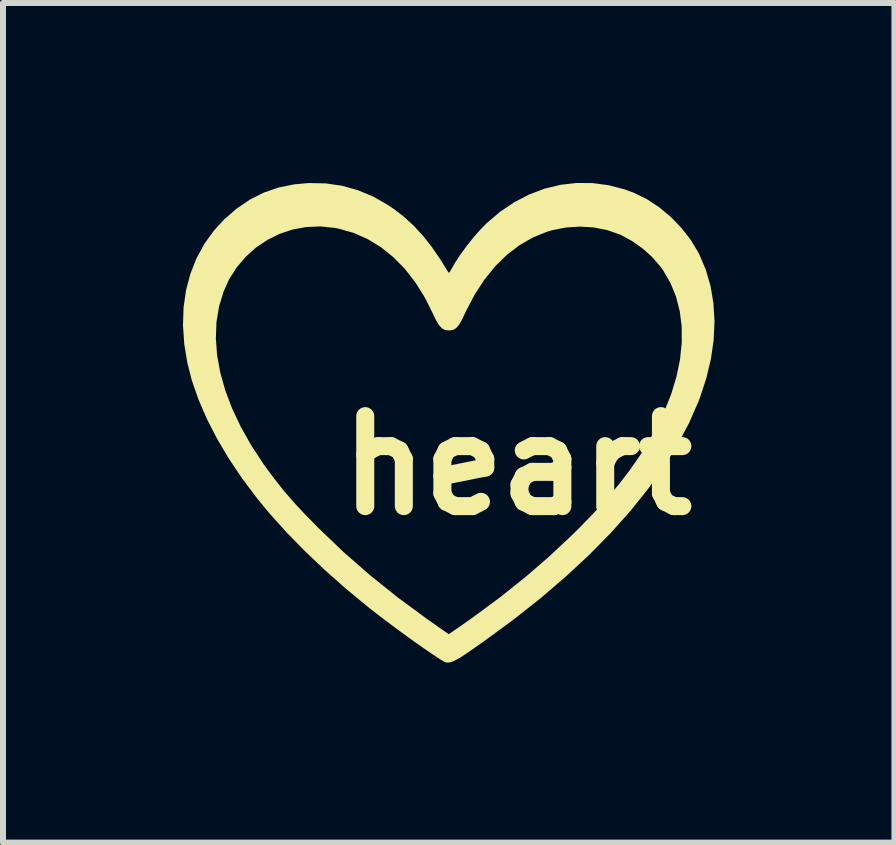
<source format=kicad_pcb>
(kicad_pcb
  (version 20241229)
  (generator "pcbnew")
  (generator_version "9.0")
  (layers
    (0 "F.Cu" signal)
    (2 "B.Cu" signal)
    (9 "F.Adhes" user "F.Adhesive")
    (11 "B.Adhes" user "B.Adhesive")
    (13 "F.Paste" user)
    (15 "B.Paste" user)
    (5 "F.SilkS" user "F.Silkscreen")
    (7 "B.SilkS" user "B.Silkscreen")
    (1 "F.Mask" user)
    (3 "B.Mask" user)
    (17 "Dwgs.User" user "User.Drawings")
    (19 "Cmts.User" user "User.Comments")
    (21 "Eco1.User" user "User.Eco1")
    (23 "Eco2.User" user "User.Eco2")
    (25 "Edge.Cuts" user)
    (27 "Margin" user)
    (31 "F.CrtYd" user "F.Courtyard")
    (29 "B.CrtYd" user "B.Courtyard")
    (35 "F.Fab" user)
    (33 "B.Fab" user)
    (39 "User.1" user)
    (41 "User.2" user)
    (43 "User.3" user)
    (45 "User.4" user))
  (footprint "heart"
    (layer "F.Cu")
    (at 5.574 4.708)
    (property "Reference" "heart" (at 0 0 0) (layer "F.SilkS") (effects (font (size 1.5 1.5) (thickness 0.3))))
    (attr board_only exclude_from_pos_files exclude_from_bom)
    (fp_poly (pts (xy 1.255 -4.706) (xy 1.525 -4.67) (xy 1.792 -4.6) (xy 1.941 -4.545) (xy 2.156 -4.44) (xy 2.363 -4.304) (xy 2.557 -4.142) (xy 2.734 -3.959) (xy 2.89 -3.759) (xy 3.017 -3.548) (xy 3.029 -3.525) (xy 3.14 -3.265) (xy 3.22 -2.991) (xy 3.268 -2.703) (xy 3.286 -2.403) (xy 3.272 -2.095) (xy 3.227 -1.778) (xy 3.15 -1.456) (xy 3.043 -1.129) (xy 3.021 -1.071) (xy 2.862 -0.708) (xy 2.668 -0.342) (xy 2.44 0.025) (xy 2.178 0.392) (xy 1.884 0.759) (xy 1.557 1.125) (xy 1.199 1.489) (xy 0.809 1.851) (xy 0.39 2.211) (xy -0.06 2.566) (xy -0.452 2.855) (xy -0.606 2.965) (xy -0.735 3.056) (xy -0.841 3.129) (xy -0.927 3.186) (xy -0.997 3.228) (xy -1.053 3.258) (xy -1.097 3.276) (xy -1.134 3.285) (xy -1.165 3.287) (xy -1.194 3.282) (xy -1.196 3.282) (xy -1.229 3.266) (xy -1.287 3.232) (xy -1.366 3.181) (xy -1.463 3.115) (xy -1.575 3.038) (xy -1.697 2.952) (xy -1.827 2.859) (xy -1.961 2.761) (xy -2.095 2.662) (xy -2.227 2.563) (xy -2.352 2.467) (xy -2.468 2.377) (xy -2.504 2.348) (xy -2.869 2.046) (xy -3.218 1.736) (xy -3.547 1.423) (xy -3.852 1.111) (xy -4.129 0.803) (xy -4.332 0.558) (xy -4.583 0.224) (xy -4.808 -0.111) (xy -5.006 -0.445) (xy -5.176 -0.776) (xy -5.317 -1.102) (xy -5.427 -1.42) (xy -5.5 -1.705) (xy -5.553 -2.024) (xy -5.559 -2.116) (xy -5.026 -2.116) (xy -5.005 -1.836) (xy -4.952 -1.547) (xy -4.869 -1.25) (xy -4.755 -0.949) (xy -4.61 -0.643) (xy -4.436 -0.334) (xy -4.232 -0.023) (xy -4.122 0.128) (xy -4.012 0.272) (xy -3.906 0.406) (xy -3.797 0.534) (xy -3.681 0.664) (xy -3.553 0.801) (xy -3.406 0.952) (xy -3.304 1.055) (xy -2.892 1.449) (xy -2.456 1.83) (xy -1.992 2.202) (xy -1.497 2.566) (xy -1.373 2.653) (xy -1.144 2.813) (xy -1.037 2.74) (xy -0.983 2.703) (xy -0.909 2.651) (xy -0.824 2.591) (xy -0.735 2.528) (xy -0.709 2.509) (xy -0.275 2.188) (xy 0.129 1.865) (xy 0.511 1.535) (xy 0.878 1.193) (xy 1.028 1.046) (xy 1.277 0.789) (xy 1.499 0.545) (xy 1.698 0.308) (xy 1.878 0.073) (xy 2.043 -0.165) (xy 2.126 -0.294) (xy 2.302 -0.597) (xy 2.449 -0.898) (xy 2.566 -1.195) (xy 2.654 -1.487) (xy 2.712 -1.772) (xy 2.74 -2.048) (xy 2.739 -2.314) (xy 2.707 -2.569) (xy 2.645 -2.811) (xy 2.553 -3.039) (xy 2.43 -3.251) (xy 2.386 -3.312) (xy 2.25 -3.47) (xy 2.088 -3.616) (xy 1.909 -3.742) (xy 1.722 -3.843) (xy 1.706 -3.85) (xy 1.497 -3.923) (xy 1.273 -3.967) (xy 1.042 -3.981) (xy 0.809 -3.966) (xy 0.58 -3.921) (xy 0.496 -3.896) (xy 0.259 -3.8) (xy 0.035 -3.671) (xy -0.174 -3.511) (xy -0.369 -3.32) (xy -0.549 -3.098) (xy -0.713 -2.846) (xy -0.86 -2.565) (xy -0.886 -2.509) (xy -0.936 -2.406) (xy -0.981 -2.333) (xy -1.025 -2.286) (xy -1.073 -2.259) (xy -1.129 -2.25) (xy -1.144 -2.25) (xy -1.203 -2.257) (xy -1.254 -2.283) (xy -1.3 -2.33) (xy -1.347 -2.403) (xy -1.398 -2.507) (xy -1.401 -2.515) (xy -1.541 -2.796) (xy -1.699 -3.049) (xy -1.874 -3.274) (xy -2.066 -3.47) (xy -2.272 -3.636) (xy -2.493 -3.771) (xy -2.726 -3.875) (xy -2.973 -3.945) (xy -3.044 -3.959) (xy -3.282 -3.984) (xy -3.516 -3.974) (xy -3.743 -3.933) (xy -3.961 -3.861) (xy -4.166 -3.76) (xy -4.356 -3.632) (xy -4.527 -3.479) (xy -4.677 -3.303) (xy -4.804 -3.104) (xy -4.898 -2.896) (xy -4.973 -2.648) (xy -5.016 -2.388) (xy -5.026 -2.116) (xy -5.559 -2.116) (xy -5.574 -2.334) (xy -5.564 -2.634) (xy -5.523 -2.92) (xy -5.451 -3.193) (xy -5.349 -3.451) (xy -5.218 -3.693) (xy -5.057 -3.916) (xy -4.884 -4.104) (xy -4.673 -4.286) (xy -4.453 -4.434) (xy -4.221 -4.55) (xy -3.975 -4.634) (xy -3.714 -4.686) (xy -3.479 -4.707) (xy -3.197 -4.701) (xy -2.923 -4.662) (xy -2.659 -4.588) (xy -2.402 -4.481) (xy -2.153 -4.338) (xy -2.058 -4.274) (xy -1.887 -4.141) (xy -1.727 -3.995) (xy -1.576 -3.831) (xy -1.429 -3.645) (xy -1.283 -3.432) (xy -1.158 -3.23) (xy -1.144 -3.212) (xy -1.131 -3.218) (xy -1.112 -3.251) (xy -1.107 -3.259) (xy -1.037 -3.382) (xy -0.946 -3.52) (xy -0.841 -3.663) (xy -0.729 -3.803) (xy -0.616 -3.932) (xy -0.515 -4.035) (xy -0.29 -4.227) (xy -0.052 -4.387) (xy 0.196 -4.516) (xy 0.453 -4.613) (xy 0.717 -4.677) (xy 0.985 -4.708)) (stroke (width 0) (type solid)) (fill yes) (layer "F.SilkS")))
  (gr_rect
    (start -3 -3)
    (end 11.859 10.995)
    (stroke (width 0.1) (type default))
    (fill no)
    (layer "Edge.Cuts")))
</source>
